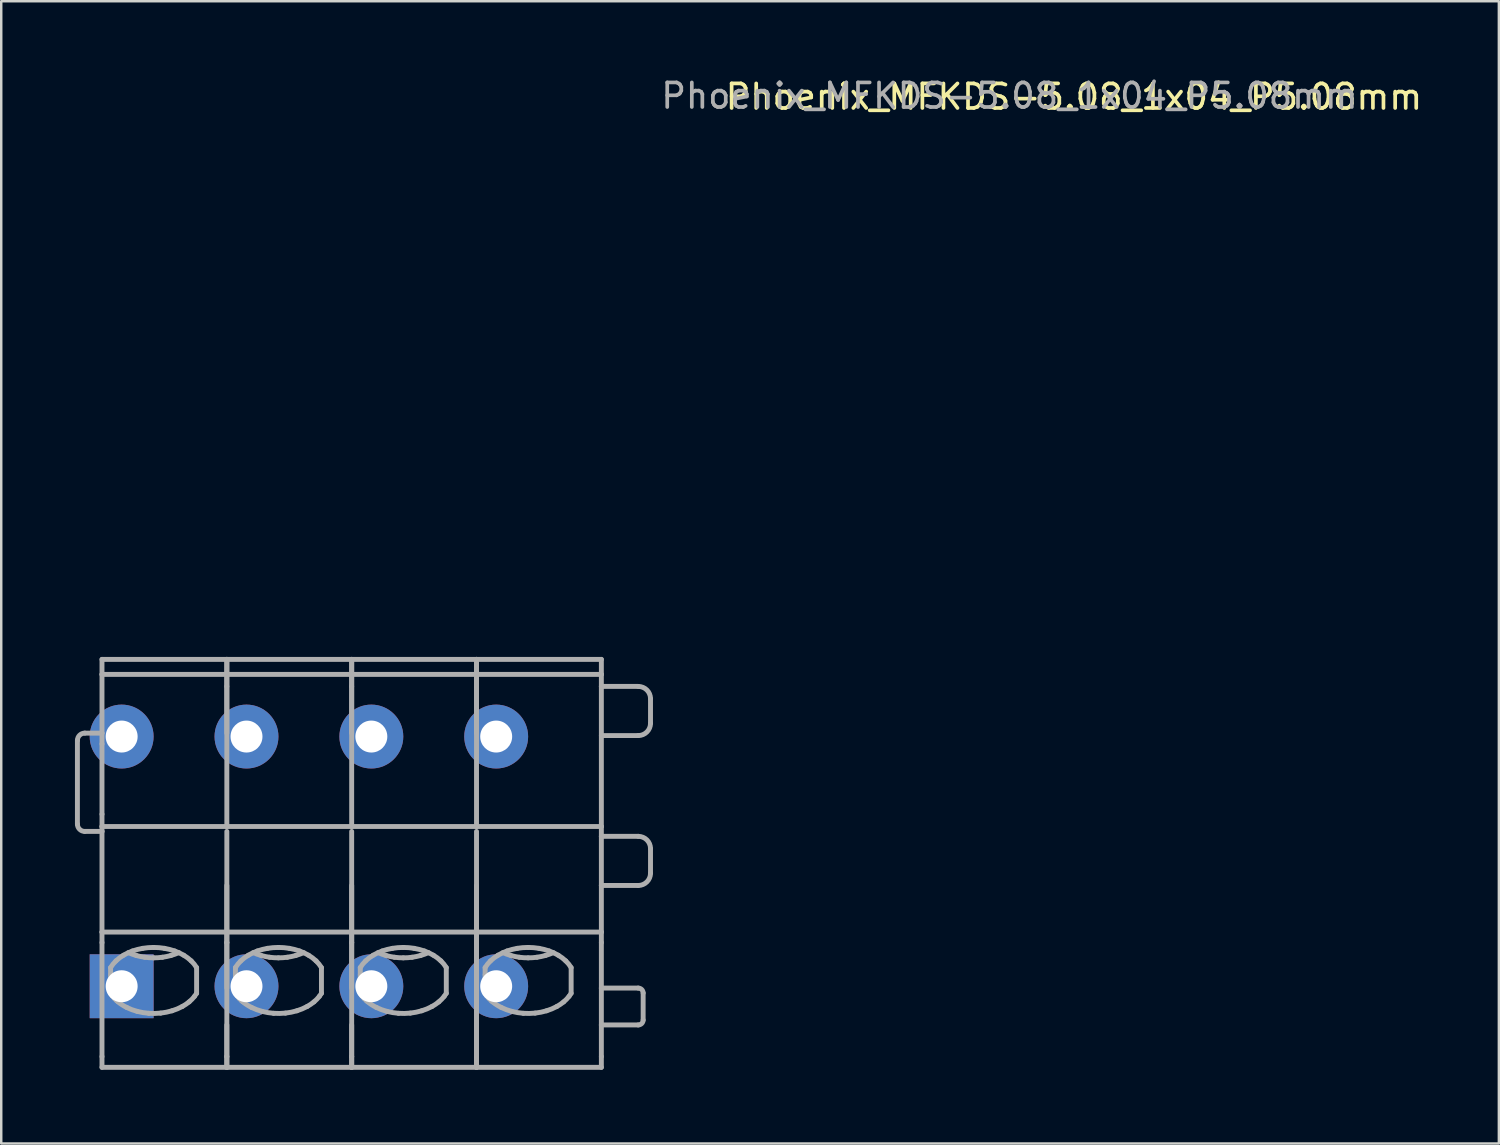
<source format=kicad_pcb>
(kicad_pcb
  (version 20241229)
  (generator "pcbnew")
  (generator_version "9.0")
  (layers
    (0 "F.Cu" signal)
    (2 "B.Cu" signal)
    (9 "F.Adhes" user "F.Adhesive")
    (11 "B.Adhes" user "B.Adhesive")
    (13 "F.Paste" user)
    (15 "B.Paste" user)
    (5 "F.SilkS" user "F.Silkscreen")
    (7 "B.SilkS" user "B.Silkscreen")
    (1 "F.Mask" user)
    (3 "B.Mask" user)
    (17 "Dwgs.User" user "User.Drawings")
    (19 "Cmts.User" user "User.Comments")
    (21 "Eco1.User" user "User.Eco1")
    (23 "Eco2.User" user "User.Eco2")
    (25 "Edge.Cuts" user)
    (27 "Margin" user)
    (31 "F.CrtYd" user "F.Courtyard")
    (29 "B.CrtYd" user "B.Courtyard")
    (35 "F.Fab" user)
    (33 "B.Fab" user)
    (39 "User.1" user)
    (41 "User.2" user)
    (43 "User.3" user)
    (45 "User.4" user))
  (footprint "Phoenix_MFKDS-5.08_1x04_P5.08mm"
    (layer "F.Cu")
    (at 1.9 26.921)
    (property "Reference" "Phoenix_MFKDS-5.08_1x04_P5.08mm" (at 38.749 -26.032 0) (layer "F.SilkS") (effects (font (size 1 1) (thickness 0.15))))
    (attr through_hole)
    (fp_line (start -1.8 0.16) (end -1.8 3.56) (stroke (width 0.2) (type solid)) (layer "F.Fab"))
    (fp_line (start -1.5 -0.14) (end -0.8 -0.14) (stroke (width 0.2) (type solid)) (layer "F.Fab"))
    (fp_line (start -1.5 3.86) (end -0.8 3.86) (stroke (width 0.2) (type solid)) (layer "F.Fab"))
    (fp_line (start -0.8 -3.14) (end 4.28 -3.14) (stroke (width 0.2) (type solid)) (layer "F.Fab"))
    (fp_line (start -0.8 -2.529) (end -0.8 -3.14) (stroke (width 0.2) (type solid)) (layer "F.Fab"))
    (fp_line (start -0.8 -2.529) (end -0.8 -0.14) (stroke (width 0.2) (type solid)) (layer "F.Fab"))
    (fp_line (start -0.8 -0.14) (end -0.8 0.301) (stroke (width 0.2) (type solid)) (layer "F.Fab"))
    (fp_line (start -0.8 3.16) (end -0.8 0.301) (stroke (width 0.2) (type solid)) (layer "F.Fab"))
    (fp_line (start -0.8 3.16) (end -0.8 3.66) (stroke (width 0.2) (type solid)) (layer "F.Fab"))
    (fp_line (start -0.8 3.66) (end 4.28 3.66) (stroke (width 0.2) (type solid)) (layer "F.Fab"))
    (fp_line (start -0.8 3.86) (end -0.8 3.66) (stroke (width 0.2) (type solid)) (layer "F.Fab"))
    (fp_line (start -0.8 7.956) (end -0.8 3.86) (stroke (width 0.2) (type solid)) (layer "F.Fab"))
    (fp_line (start -0.8 7.956) (end -0.8 8.383) (stroke (width 0.2) (type solid)) (layer "F.Fab"))
    (fp_line (start -0.8 7.956) (end 4.28 7.956) (stroke (width 0.2) (type solid)) (layer "F.Fab"))
    (fp_line (start -0.8 13.021) (end -0.8 8.383) (stroke (width 0.2) (type solid)) (layer "F.Fab"))
    (fp_line (start -0.8 13.021) (end -0.8 13.46) (stroke (width 0.2) (type solid)) (layer "F.Fab"))
    (fp_line (start -0.8 13.46) (end 4.28 13.46) (stroke (width 0.2) (type solid)) (layer "F.Fab"))
    (fp_line (start -0.45 9.401) (end -0.45 9.691) (stroke (width 0.2) (type solid)) (layer "F.Fab"))
    (fp_line (start -0.45 9.691) (end -0.45 10.448) (stroke (width 0.2) (type solid)) (layer "F.Fab"))
    (fp_line (start -0.202 10.747) (end -0.15 10.792) (stroke (width 0.2) (type solid)) (layer "F.Fab"))
    (fp_line (start 2.965 10.571) (end 3.05 10.448) (stroke (width 0.2) (type solid)) (layer "F.Fab"))
    (fp_line (start 3.05 10.448) (end 3.05 9.401) (stroke (width 0.2) (type solid)) (layer "F.Fab"))
    (fp_line (start 4.28 -3.14) (end 9.36 -3.14) (stroke (width 0.2) (type solid)) (layer "F.Fab"))
    (fp_line (start 4.28 -2.529) (end -0.8 -2.529) (stroke (width 0.2) (type solid)) (layer "F.Fab"))
    (fp_line (start 4.28 -2.529) (end 4.28 -3.14) (stroke (width 0.2) (type solid)) (layer "F.Fab"))
    (fp_line (start 4.28 -2.529) (end 4.28 -3.14) (stroke (width 0.2) (type solid)) (layer "F.Fab"))
    (fp_line (start 4.28 -2.529) (end 4.28 -2.04) (stroke (width 0.2) (type solid)) (layer "F.Fab"))
    (fp_line (start 4.28 -2.529) (end 4.28 -0.14) (stroke (width 0.2) (type solid)) (layer "F.Fab"))
    (fp_line (start 4.28 -2.04) (end 4.28 3.66) (stroke (width 0.2) (type solid)) (layer "F.Fab"))
    (fp_line (start 4.28 3.66) (end 9.36 3.66) (stroke (width 0.2) (type solid)) (layer "F.Fab"))
    (fp_line (start 4.28 7.956) (end 4.28 3.86) (stroke (width 0.2) (type solid)) (layer "F.Fab"))
    (fp_line (start 4.28 7.956) (end 4.28 6.06) (stroke (width 0.2) (type solid)) (layer "F.Fab"))
    (fp_line (start 4.28 7.956) (end 4.28 8.383) (stroke (width 0.2) (type solid)) (layer "F.Fab"))
    (fp_line (start 4.28 7.956) (end 4.28 8.383) (stroke (width 0.2) (type solid)) (layer "F.Fab"))
    (fp_line (start 4.28 7.956) (end 9.36 7.956) (stroke (width 0.2) (type solid)) (layer "F.Fab"))
    (fp_line (start 4.28 10.235) (end 4.28 8.383) (stroke (width 0.2) (type solid)) (layer "F.Fab"))
    (fp_line (start 4.28 11.735) (end 4.28 13.021) (stroke (width 0.2) (type solid)) (layer "F.Fab"))
    (fp_line (start 4.28 13.021) (end 4.28 8.383) (stroke (width 0.2) (type solid)) (layer "F.Fab"))
    (fp_line (start 4.28 13.021) (end 4.28 13.46) (stroke (width 0.2) (type solid)) (layer "F.Fab"))
    (fp_line (start 4.28 13.021) (end 4.28 13.46) (stroke (width 0.2) (type solid)) (layer "F.Fab"))
    (fp_line (start 4.28 13.46) (end 9.36 13.46) (stroke (width 0.2) (type solid)) (layer "F.Fab"))
    (fp_line (start 4.63 9.401) (end 4.63 9.691) (stroke (width 0.2) (type solid)) (layer "F.Fab"))
    (fp_line (start 4.63 9.691) (end 4.63 10.448) (stroke (width 0.2) (type solid)) (layer "F.Fab"))
    (fp_line (start 4.878 10.747) (end 4.93 10.792) (stroke (width 0.2) (type solid)) (layer "F.Fab"))
    (fp_line (start 8.045 10.571) (end 8.13 10.448) (stroke (width 0.2) (type solid)) (layer "F.Fab"))
    (fp_line (start 8.13 10.448) (end 8.13 9.401) (stroke (width 0.2) (type solid)) (layer "F.Fab"))
    (fp_line (start 9.36 -3.14) (end 14.44 -3.14) (stroke (width 0.2) (type solid)) (layer "F.Fab"))
    (fp_line (start 9.36 -2.529) (end 4.28 -2.529) (stroke (width 0.2) (type solid)) (layer "F.Fab"))
    (fp_line (start 9.36 -2.529) (end 9.36 -3.14) (stroke (width 0.2) (type solid)) (layer "F.Fab"))
    (fp_line (start 9.36 -2.529) (end 9.36 -3.14) (stroke (width 0.2) (type solid)) (layer "F.Fab"))
    (fp_line (start 9.36 -2.529) (end 9.36 -2.04) (stroke (width 0.2) (type solid)) (layer "F.Fab"))
    (fp_line (start 9.36 -2.529) (end 9.36 -0.14) (stroke (width 0.2) (type solid)) (layer "F.Fab"))
    (fp_line (start 9.36 -2.04) (end 9.36 3.66) (stroke (width 0.2) (type solid)) (layer "F.Fab"))
    (fp_line (start 9.36 3.66) (end 14.44 3.66) (stroke (width 0.2) (type solid)) (layer "F.Fab"))
    (fp_line (start 9.36 7.956) (end 9.36 3.86) (stroke (width 0.2) (type solid)) (layer "F.Fab"))
    (fp_line (start 9.36 7.956) (end 9.36 6.06) (stroke (width 0.2) (type solid)) (layer "F.Fab"))
    (fp_line (start 9.36 7.956) (end 9.36 8.383) (stroke (width 0.2) (type solid)) (layer "F.Fab"))
    (fp_line (start 9.36 7.956) (end 9.36 8.383) (stroke (width 0.2) (type solid)) (layer "F.Fab"))
    (fp_line (start 9.36 7.956) (end 14.44 7.956) (stroke (width 0.2) (type solid)) (layer "F.Fab"))
    (fp_line (start 9.36 10.235) (end 9.36 8.383) (stroke (width 0.2) (type solid)) (layer "F.Fab"))
    (fp_line (start 9.36 11.735) (end 9.36 13.021) (stroke (width 0.2) (type solid)) (layer "F.Fab"))
    (fp_line (start 9.36 13.021) (end 9.36 8.383) (stroke (width 0.2) (type solid)) (layer "F.Fab"))
    (fp_line (start 9.36 13.021) (end 9.36 13.46) (stroke (width 0.2) (type solid)) (layer "F.Fab"))
    (fp_line (start 9.36 13.021) (end 9.36 13.46) (stroke (width 0.2) (type solid)) (layer "F.Fab"))
    (fp_line (start 9.36 13.46) (end 14.44 13.46) (stroke (width 0.2) (type solid)) (layer "F.Fab"))
    (fp_line (start 9.71 9.401) (end 9.71 9.691) (stroke (width 0.2) (type solid)) (layer "F.Fab"))
    (fp_line (start 9.71 9.691) (end 9.71 10.448) (stroke (width 0.2) (type solid)) (layer "F.Fab"))
    (fp_line (start 9.958 10.747) (end 10.01 10.792) (stroke (width 0.2) (type solid)) (layer "F.Fab"))
    (fp_line (start 13.125 10.571) (end 13.21 10.448) (stroke (width 0.2) (type solid)) (layer "F.Fab"))
    (fp_line (start 13.21 10.448) (end 13.21 9.401) (stroke (width 0.2) (type solid)) (layer "F.Fab"))
    (fp_line (start 14.44 -3.14) (end 19.52 -3.14) (stroke (width 0.2) (type solid)) (layer "F.Fab"))
    (fp_line (start 14.44 -2.529) (end 9.36 -2.529) (stroke (width 0.2) (type solid)) (layer "F.Fab"))
    (fp_line (start 14.44 -2.529) (end 14.44 -3.14) (stroke (width 0.2) (type solid)) (layer "F.Fab"))
    (fp_line (start 14.44 -2.529) (end 14.44 -3.14) (stroke (width 0.2) (type solid)) (layer "F.Fab"))
    (fp_line (start 14.44 -2.529) (end 14.44 -2.04) (stroke (width 0.2) (type solid)) (layer "F.Fab"))
    (fp_line (start 14.44 -2.529) (end 14.44 -0.14) (stroke (width 0.2) (type solid)) (layer "F.Fab"))
    (fp_line (start 14.44 -2.04) (end 14.44 3.66) (stroke (width 0.2) (type solid)) (layer "F.Fab"))
    (fp_line (start 14.44 3.66) (end 19.52 3.66) (stroke (width 0.2) (type solid)) (layer "F.Fab"))
    (fp_line (start 14.44 7.956) (end 14.44 3.86) (stroke (width 0.2) (type solid)) (layer "F.Fab"))
    (fp_line (start 14.44 7.956) (end 14.44 6.06) (stroke (width 0.2) (type solid)) (layer "F.Fab"))
    (fp_line (start 14.44 7.956) (end 14.44 8.383) (stroke (width 0.2) (type solid)) (layer "F.Fab"))
    (fp_line (start 14.44 7.956) (end 14.44 8.383) (stroke (width 0.2) (type solid)) (layer "F.Fab"))
    (fp_line (start 14.44 7.956) (end 19.52 7.956) (stroke (width 0.2) (type solid)) (layer "F.Fab"))
    (fp_line (start 14.44 10.235) (end 14.44 8.383) (stroke (width 0.2) (type solid)) (layer "F.Fab"))
    (fp_line (start 14.44 11.735) (end 14.44 10.235) (stroke (width 0.2) (type solid)) (layer "F.Fab"))
    (fp_line (start 14.44 11.735) (end 14.44 13.021) (stroke (width 0.2) (type solid)) (layer "F.Fab"))
    (fp_line (start 14.44 13.021) (end 14.44 8.383) (stroke (width 0.2) (type solid)) (layer "F.Fab"))
    (fp_line (start 14.44 13.021) (end 14.44 13.46) (stroke (width 0.2) (type solid)) (layer "F.Fab"))
    (fp_line (start 14.44 13.021) (end 14.44 13.46) (stroke (width 0.2) (type solid)) (layer "F.Fab"))
    (fp_line (start 14.44 13.46) (end 19.52 13.46) (stroke (width 0.2) (type solid)) (layer "F.Fab"))
    (fp_line (start 14.79 9.401) (end 14.79 9.691) (stroke (width 0.2) (type solid)) (layer "F.Fab"))
    (fp_line (start 14.79 9.691) (end 14.79 10.448) (stroke (width 0.2) (type solid)) (layer "F.Fab"))
    (fp_line (start 15.038 10.747) (end 15.09 10.792) (stroke (width 0.2) (type solid)) (layer "F.Fab"))
    (fp_line (start 18.205 10.571) (end 18.29 10.448) (stroke (width 0.2) (type solid)) (layer "F.Fab"))
    (fp_line (start 18.29 10.448) (end 18.29 9.401) (stroke (width 0.2) (type solid)) (layer "F.Fab"))
    (fp_line (start 19.52 -2.529) (end 14.44 -2.529) (stroke (width 0.2) (type solid)) (layer "F.Fab"))
    (fp_line (start 19.52 -2.529) (end 19.52 -3.14) (stroke (width 0.2) (type solid)) (layer "F.Fab"))
    (fp_line (start 19.52 -2.529) (end 19.52 -2.04) (stroke (width 0.2) (type solid)) (layer "F.Fab"))
    (fp_line (start 19.52 -2.04) (end 19.52 3.66) (stroke (width 0.2) (type solid)) (layer "F.Fab"))
    (fp_line (start 19.52 -2.04) (end 21.02 -2.04) (stroke (width 0.2) (type solid)) (layer "F.Fab"))
    (fp_line (start 19.52 -0.04) (end 21.02 -0.04) (stroke (width 0.2) (type solid)) (layer "F.Fab"))
    (fp_line (start 19.52 4.06) (end 19.52 3.66) (stroke (width 0.2) (type solid)) (layer "F.Fab"))
    (fp_line (start 19.52 4.06) (end 21.02 4.06) (stroke (width 0.2) (type solid)) (layer "F.Fab"))
    (fp_line (start 19.52 6.06) (end 19.52 4.06) (stroke (width 0.2) (type solid)) (layer "F.Fab"))
    (fp_line (start 19.52 6.06) (end 21.02 6.06) (stroke (width 0.2) (type solid)) (layer "F.Fab"))
    (fp_line (start 19.52 7.956) (end 19.52 6.06) (stroke (width 0.2) (type solid)) (layer "F.Fab"))
    (fp_line (start 19.52 7.956) (end 19.52 8.383) (stroke (width 0.2) (type solid)) (layer "F.Fab"))
    (fp_line (start 19.52 10.235) (end 19.52 8.383) (stroke (width 0.2) (type solid)) (layer "F.Fab"))
    (fp_line (start 19.52 10.235) (end 21.02 10.235) (stroke (width 0.2) (type solid)) (layer "F.Fab"))
    (fp_line (start 19.52 11.735) (end 19.52 10.235) (stroke (width 0.2) (type solid)) (layer "F.Fab"))
    (fp_line (start 19.52 11.735) (end 19.52 13.021) (stroke (width 0.2) (type solid)) (layer "F.Fab"))
    (fp_line (start 19.52 11.735) (end 21.02 11.735) (stroke (width 0.2) (type solid)) (layer "F.Fab"))
    (fp_line (start 19.52 13.021) (end 19.52 13.46) (stroke (width 0.2) (type solid)) (layer "F.Fab"))
    (fp_line (start 21.22 10.435) (end 21.22 11.535) (stroke (width 0.2) (type solid)) (layer "F.Fab"))
    (fp_line (start 21.52 -1.54) (end 21.52 -0.54) (stroke (width 0.2) (type solid)) (layer "F.Fab"))
    (fp_line (start 21.52 4.56) (end 21.52 5.56) (stroke (width 0.2) (type solid)) (layer "F.Fab"))
    (fp_arc (start -1.8 0.16) (mid -1.712132 -0.052132) (end -1.5 -0.14) (stroke (width 0.2) (type solid)) (layer "F.Fab"))
    (fp_arc (start -1.5 3.86) (mid -1.712132 3.772132) (end -1.8 3.56) (stroke (width 0.2) (type solid)) (layer "F.Fab"))
    (fp_arc (start -0.45 9.401255) (mid -0.349171 9.257689) (end -0.230564 9.128422) (stroke (width 0.2) (type solid)) (layer "F.Fab"))
    (fp_arc (start -0.379598 10.552539) (mid -0.416161 10.501022) (end -0.45 10.447677) (stroke (width 0.2) (type solid)) (layer "F.Fab"))
    (fp_arc (start -0.296781 10.652577) (mid -0.339414 10.603572) (end -0.379598 10.552539) (stroke (width 0.2) (type solid)) (layer "F.Fab"))
    (fp_arc (start -0.230564 9.128422) (mid -0.085409 9.005366) (end 0.072408 8.899035) (stroke (width 0.2) (type solid)) (layer "F.Fab"))
    (fp_arc (start -0.202031 10.747237) (mid -0.250498 10.701) (end -0.296781 10.652577) (stroke (width 0.2) (type solid)) (layer "F.Fab"))
    (fp_arc (start 0.072408 8.899035) (mid 0.253221 8.803422) (end 0.44238 8.725615) (stroke (width 0.2) (type solid)) (layer "F.Fab"))
    (fp_arc (start 0.206027 11.022925) (mid 0.021004 10.918229) (end -0.150332 10.792377) (stroke (width 0.2) (type solid)) (layer "F.Fab"))
    (fp_arc (start 0.44238 8.725615) (mid 0.648423 8.662562) (end 0.85916 8.617626) (stroke (width 0.2) (type solid)) (layer "F.Fab"))
    (fp_arc (start 0.596743 8.909129) (mid 0.4342 8.857004) (end 0.276056 8.792755) (stroke (width 0.2) (type solid)) (layer "F.Fab"))
    (fp_arc (start 0.633083 11.182484) (mid 0.415454 11.11368) (end 0.206027 11.022924) (stroke (width 0.2) (type solid)) (layer "F.Fab"))
    (fp_arc (start 0.85916 8.617626) (mid 1.078818 8.590126) (end 1.3 8.580963) (stroke (width 0.2) (type solid)) (layer "F.Fab"))
    (fp_arc (start 0.941172 8.980371) (mid 0.76771 8.950783) (end 0.596743 8.909129) (stroke (width 0.2) (type solid)) (layer "F.Fab"))
    (fp_arc (start 1.103239 11.260745) (mid 0.866341 11.232547) (end 0.633083 11.182485) (stroke (width 0.2) (type solid)) (layer "F.Fab"))
    (fp_arc (start 1.3 8.580963) (mid 1.521185 8.590095) (end 1.74084 8.617626) (stroke (width 0.2) (type solid)) (layer "F.Fab"))
    (fp_arc (start 1.3 9.004547) (mid 1.120177 8.998539) (end 0.941173 8.98037) (stroke (width 0.2) (type solid)) (layer "F.Fab"))
    (fp_arc (start 1.58611 11.252649) (mid 1.344857 11.26759) (end 1.103239 11.260745) (stroke (width 0.2) (type solid)) (layer "F.Fab"))
    (fp_arc (start 1.658827 8.98037) (mid 1.479819 8.998484) (end 1.3 9.004547) (stroke (width 0.2) (type solid)) (layer "F.Fab"))
    (fp_arc (start 1.74084 8.617626) (mid 1.951633 8.662347) (end 2.15762 8.725615) (stroke (width 0.2) (type solid)) (layer "F.Fab"))
    (fp_arc (start 2.003256 8.909128) (mid 1.832273 8.950702) (end 1.658827 8.98037) (stroke (width 0.2) (type solid)) (layer "F.Fab"))
    (fp_arc (start 2.050491 11.158719) (mid 1.820476 11.216438) (end 1.58611 11.252649) (stroke (width 0.2) (type solid)) (layer "F.Fab"))
    (fp_arc (start 2.15762 8.725615) (mid 2.346899 8.803166) (end 2.527592 8.899035) (stroke (width 0.2) (type solid)) (layer "F.Fab"))
    (fp_arc (start 2.323944 8.792755) (mid 2.165763 8.856901) (end 2.003257 8.909129) (stroke (width 0.2) (type solid)) (layer "F.Fab"))
    (fp_arc (start 2.466373 10.985026) (mid 2.262861 11.082477) (end 2.050492 11.158719) (stroke (width 0.2) (type solid)) (layer "F.Fab"))
    (fp_arc (start 2.527592 8.899035) (mid 2.685688 9.004998) (end 2.830564 9.128422) (stroke (width 0.2) (type solid)) (layer "F.Fab"))
    (fp_arc (start 2.746106 10.795895) (mid 2.610635 10.896961) (end 2.466373 10.985026) (stroke (width 0.2) (type solid)) (layer "F.Fab"))
    (fp_arc (start 2.830564 9.128422) (mid 2.949504 9.257421) (end 3.05 9.401255) (stroke (width 0.2) (type solid)) (layer "F.Fab"))
    (fp_arc (start 2.965357 10.571222) (mid 2.86173 10.689412) (end 2.746107 10.795894) (stroke (width 0.2) (type solid)) (layer "F.Fab"))
    (fp_arc (start 4.63 9.401255) (mid 4.730829 9.257689) (end 4.849436 9.128422) (stroke (width 0.2) (type solid)) (layer "F.Fab"))
    (fp_arc (start 4.700402 10.552539) (mid 4.663839 10.501022) (end 4.63 10.447677) (stroke (width 0.2) (type solid)) (layer "F.Fab"))
    (fp_arc (start 4.783219 10.652577) (mid 4.740586 10.603572) (end 4.700402 10.552539) (stroke (width 0.2) (type solid)) (layer "F.Fab"))
    (fp_arc (start 4.849436 9.128422) (mid 4.994591 9.005366) (end 5.152408 8.899035) (stroke (width 0.2) (type solid)) (layer "F.Fab"))
    (fp_arc (start 4.877969 10.747237) (mid 4.829502 10.701) (end 4.783219 10.652577) (stroke (width 0.2) (type solid)) (layer "F.Fab"))
    (fp_arc (start 5.152408 8.899035) (mid 5.333221 8.803422) (end 5.52238 8.725615) (stroke (width 0.2) (type solid)) (layer "F.Fab"))
    (fp_arc (start 5.286027 11.022925) (mid 5.101004 10.918229) (end 4.929668 10.792377) (stroke (width 0.2) (type solid)) (layer "F.Fab"))
    (fp_arc (start 5.52238 8.725615) (mid 5.728423 8.662562) (end 5.93916 8.617626) (stroke (width 0.2) (type solid)) (layer "F.Fab"))
    (fp_arc (start 5.676743 8.909129) (mid 5.5142 8.857004) (end 5.356056 8.792755) (stroke (width 0.2) (type solid)) (layer "F.Fab"))
    (fp_arc (start 5.713083 11.182484) (mid 5.495454 11.11368) (end 5.286027 11.022924) (stroke (width 0.2) (type solid)) (layer "F.Fab"))
    (fp_arc (start 5.93916 8.617626) (mid 6.158818 8.590126) (end 6.38 8.580963) (stroke (width 0.2) (type solid)) (layer "F.Fab"))
    (fp_arc (start 6.021172 8.980371) (mid 5.84771 8.950783) (end 5.676743 8.909129) (stroke (width 0.2) (type solid)) (layer "F.Fab"))
    (fp_arc (start 6.183239 11.260745) (mid 5.946341 11.232547) (end 5.713083 11.182485) (stroke (width 0.2) (type solid)) (layer "F.Fab"))
    (fp_arc (start 6.38 8.580963) (mid 6.601185 8.590095) (end 6.82084 8.617626) (stroke (width 0.2) (type solid)) (layer "F.Fab"))
    (fp_arc (start 6.38 9.004547) (mid 6.200177 8.998539) (end 6.021173 8.98037) (stroke (width 0.2) (type solid)) (layer "F.Fab"))
    (fp_arc (start 6.66611 11.252649) (mid 6.424857 11.26759) (end 6.183239 11.260745) (stroke (width 0.2) (type solid)) (layer "F.Fab"))
    (fp_arc (start 6.738827 8.98037) (mid 6.559819 8.998484) (end 6.38 9.004547) (stroke (width 0.2) (type solid)) (layer "F.Fab"))
    (fp_arc (start 6.82084 8.617626) (mid 7.031633 8.662347) (end 7.23762 8.725615) (stroke (width 0.2) (type solid)) (layer "F.Fab"))
    (fp_arc (start 7.083256 8.909128) (mid 6.912273 8.950702) (end 6.738827 8.98037) (stroke (width 0.2) (type solid)) (layer "F.Fab"))
    (fp_arc (start 7.130491 11.158719) (mid 6.900476 11.216438) (end 6.66611 11.252649) (stroke (width 0.2) (type solid)) (layer "F.Fab"))
    (fp_arc (start 7.23762 8.725615) (mid 7.426899 8.803166) (end 7.607592 8.899035) (stroke (width 0.2) (type solid)) (layer "F.Fab"))
    (fp_arc (start 7.403944 8.792755) (mid 7.245763 8.856901) (end 7.083257 8.909129) (stroke (width 0.2) (type solid)) (layer "F.Fab"))
    (fp_arc (start 7.546373 10.985026) (mid 7.342861 11.082477) (end 7.130492 11.158719) (stroke (width 0.2) (type solid)) (layer "F.Fab"))
    (fp_arc (start 7.607592 8.899035) (mid 7.765688 9.004998) (end 7.910564 9.128422) (stroke (width 0.2) (type solid)) (layer "F.Fab"))
    (fp_arc (start 7.826106 10.795895) (mid 7.690635 10.896961) (end 7.546373 10.985026) (stroke (width 0.2) (type solid)) (layer "F.Fab"))
    (fp_arc (start 7.910564 9.128422) (mid 8.029504 9.257421) (end 8.13 9.401255) (stroke (width 0.2) (type solid)) (layer "F.Fab"))
    (fp_arc (start 8.045357 10.571222) (mid 7.94173 10.689412) (end 7.826107 10.795894) (stroke (width 0.2) (type solid)) (layer "F.Fab"))
    (fp_arc (start 9.71 9.401255) (mid 9.810829 9.257689) (end 9.929436 9.128422) (stroke (width 0.2) (type solid)) (layer "F.Fab"))
    (fp_arc (start 9.780402 10.552539) (mid 9.743839 10.501022) (end 9.71 10.447677) (stroke (width 0.2) (type solid)) (layer "F.Fab"))
    (fp_arc (start 9.863219 10.652577) (mid 9.820586 10.603572) (end 9.780402 10.552539) (stroke (width 0.2) (type solid)) (layer "F.Fab"))
    (fp_arc (start 9.929436 9.128422) (mid 10.074591 9.005366) (end 10.232408 8.899035) (stroke (width 0.2) (type solid)) (layer "F.Fab"))
    (fp_arc (start 9.957969 10.747237) (mid 9.909502 10.701) (end 9.863219 10.652577) (stroke (width 0.2) (type solid)) (layer "F.Fab"))
    (fp_arc (start 10.232408 8.899035) (mid 10.413221 8.803422) (end 10.60238 8.725615) (stroke (width 0.2) (type solid)) (layer "F.Fab"))
    (fp_arc (start 10.366027 11.022925) (mid 10.181004 10.918229) (end 10.009668 10.792377) (stroke (width 0.2) (type solid)) (layer "F.Fab"))
    (fp_arc (start 10.60238 8.725615) (mid 10.808423 8.662562) (end 11.01916 8.617626) (stroke (width 0.2) (type solid)) (layer "F.Fab"))
    (fp_arc (start 10.756743 8.909129) (mid 10.5942 8.857004) (end 10.436056 8.792755) (stroke (width 0.2) (type solid)) (layer "F.Fab"))
    (fp_arc (start 10.793083 11.182484) (mid 10.575454 11.11368) (end 10.366027 11.022924) (stroke (width 0.2) (type solid)) (layer "F.Fab"))
    (fp_arc (start 11.01916 8.617626) (mid 11.238818 8.590126) (end 11.46 8.580963) (stroke (width 0.2) (type solid)) (layer "F.Fab"))
    (fp_arc (start 11.101172 8.980371) (mid 10.92771 8.950783) (end 10.756743 8.909129) (stroke (width 0.2) (type solid)) (layer "F.Fab"))
    (fp_arc (start 11.263239 11.260745) (mid 11.026341 11.232547) (end 10.793083 11.182485) (stroke (width 0.2) (type solid)) (layer "F.Fab"))
    (fp_arc (start 11.46 8.580963) (mid 11.681185 8.590095) (end 11.90084 8.617626) (stroke (width 0.2) (type solid)) (layer "F.Fab"))
    (fp_arc (start 11.46 9.004547) (mid 11.280177 8.998539) (end 11.101173 8.98037) (stroke (width 0.2) (type solid)) (layer "F.Fab"))
    (fp_arc (start 11.74611 11.252649) (mid 11.504857 11.26759) (end 11.263239 11.260745) (stroke (width 0.2) (type solid)) (layer "F.Fab"))
    (fp_arc (start 11.818827 8.98037) (mid 11.639819 8.998484) (end 11.46 9.004547) (stroke (width 0.2) (type solid)) (layer "F.Fab"))
    (fp_arc (start 11.90084 8.617626) (mid 12.111633 8.662347) (end 12.31762 8.725615) (stroke (width 0.2) (type solid)) (layer "F.Fab"))
    (fp_arc (start 12.163256 8.909128) (mid 11.992273 8.950702) (end 11.818827 8.98037) (stroke (width 0.2) (type solid)) (layer "F.Fab"))
    (fp_arc (start 12.210491 11.158719) (mid 11.980476 11.216438) (end 11.74611 11.252649) (stroke (width 0.2) (type solid)) (layer "F.Fab"))
    (fp_arc (start 12.31762 8.725615) (mid 12.506899 8.803166) (end 12.687592 8.899035) (stroke (width 0.2) (type solid)) (layer "F.Fab"))
    (fp_arc (start 12.483944 8.792755) (mid 12.325763 8.856901) (end 12.163257 8.909129) (stroke (width 0.2) (type solid)) (layer "F.Fab"))
    (fp_arc (start 12.626373 10.985026) (mid 12.422861 11.082477) (end 12.210492 11.158719) (stroke (width 0.2) (type solid)) (layer "F.Fab"))
    (fp_arc (start 12.687592 8.899035) (mid 12.845688 9.004998) (end 12.990564 9.128422) (stroke (width 0.2) (type solid)) (layer "F.Fab"))
    (fp_arc (start 12.906106 10.795895) (mid 12.770635 10.896961) (end 12.626373 10.985026) (stroke (width 0.2) (type solid)) (layer "F.Fab"))
    (fp_arc (start 12.990564 9.128422) (mid 13.109504 9.257421) (end 13.21 9.401255) (stroke (width 0.2) (type solid)) (layer "F.Fab"))
    (fp_arc (start 13.125357 10.571222) (mid 13.02173 10.689412) (end 12.906107 10.795894) (stroke (width 0.2) (type solid)) (layer "F.Fab"))
    (fp_arc (start 14.79 9.401255) (mid 14.890829 9.257689) (end 15.009436 9.128422) (stroke (width 0.2) (type solid)) (layer "F.Fab"))
    (fp_arc (start 14.860402 10.552539) (mid 14.823839 10.501022) (end 14.79 10.447677) (stroke (width 0.2) (type solid)) (layer "F.Fab"))
    (fp_arc (start 14.943219 10.652577) (mid 14.900586 10.603572) (end 14.860402 10.552539) (stroke (width 0.2) (type solid)) (layer "F.Fab"))
    (fp_arc (start 15.009436 9.128422) (mid 15.154591 9.005366) (end 15.312408 8.899035) (stroke (width 0.2) (type solid)) (layer "F.Fab"))
    (fp_arc (start 15.037969 10.747237) (mid 14.989502 10.701) (end 14.943219 10.652577) (stroke (width 0.2) (type solid)) (layer "F.Fab"))
    (fp_arc (start 15.312408 8.899035) (mid 15.493221 8.803422) (end 15.68238 8.725615) (stroke (width 0.2) (type solid)) (layer "F.Fab"))
    (fp_arc (start 15.446027 11.022925) (mid 15.261004 10.918229) (end 15.089668 10.792377) (stroke (width 0.2) (type solid)) (layer "F.Fab"))
    (fp_arc (start 15.68238 8.725615) (mid 15.888423 8.662562) (end 16.09916 8.617626) (stroke (width 0.2) (type solid)) (layer "F.Fab"))
    (fp_arc (start 15.836743 8.909129) (mid 15.6742 8.857004) (end 15.516056 8.792755) (stroke (width 0.2) (type solid)) (layer "F.Fab"))
    (fp_arc (start 15.873083 11.182484) (mid 15.655454 11.11368) (end 15.446027 11.022924) (stroke (width 0.2) (type solid)) (layer "F.Fab"))
    (fp_arc (start 16.09916 8.617626) (mid 16.318818 8.590126) (end 16.54 8.580963) (stroke (width 0.2) (type solid)) (layer "F.Fab"))
    (fp_arc (start 16.181172 8.980371) (mid 16.00771 8.950783) (end 15.836743 8.909129) (stroke (width 0.2) (type solid)) (layer "F.Fab"))
    (fp_arc (start 16.343239 11.260745) (mid 16.106341 11.232547) (end 15.873083 11.182485) (stroke (width 0.2) (type solid)) (layer "F.Fab"))
    (fp_arc (start 16.54 8.580963) (mid 16.761185 8.590095) (end 16.98084 8.617626) (stroke (width 0.2) (type solid)) (layer "F.Fab"))
    (fp_arc (start 16.54 9.004547) (mid 16.360177 8.998539) (end 16.181173 8.98037) (stroke (width 0.2) (type solid)) (layer "F.Fab"))
    (fp_arc (start 16.82611 11.252649) (mid 16.584857 11.26759) (end 16.343239 11.260745) (stroke (width 0.2) (type solid)) (layer "F.Fab"))
    (fp_arc (start 16.898827 8.98037) (mid 16.719819 8.998484) (end 16.54 9.004547) (stroke (width 0.2) (type solid)) (layer "F.Fab"))
    (fp_arc (start 16.98084 8.617626) (mid 17.191633 8.662347) (end 17.39762 8.725615) (stroke (width 0.2) (type solid)) (layer "F.Fab"))
    (fp_arc (start 17.243256 8.909128) (mid 17.072273 8.950702) (end 16.898827 8.98037) (stroke (width 0.2) (type solid)) (layer "F.Fab"))
    (fp_arc (start 17.290491 11.158719) (mid 17.060476 11.216438) (end 16.82611 11.252649) (stroke (width 0.2) (type solid)) (layer "F.Fab"))
    (fp_arc (start 17.39762 8.725615) (mid 17.586899 8.803166) (end 17.767592 8.899035) (stroke (width 0.2) (type solid)) (layer "F.Fab"))
    (fp_arc (start 17.563944 8.792755) (mid 17.405763 8.856901) (end 17.243257 8.909129) (stroke (width 0.2) (type solid)) (layer "F.Fab"))
    (fp_arc (start 17.706373 10.985026) (mid 17.502861 11.082477) (end 17.290492 11.158719) (stroke (width 0.2) (type solid)) (layer "F.Fab"))
    (fp_arc (start 17.767592 8.899035) (mid 17.925688 9.004998) (end 18.070564 9.128422) (stroke (width 0.2) (type solid)) (layer "F.Fab"))
    (fp_arc (start 17.986106 10.795895) (mid 17.850635 10.896961) (end 17.706373 10.985026) (stroke (width 0.2) (type solid)) (layer "F.Fab"))
    (fp_arc (start 18.070564 9.128422) (mid 18.189504 9.257421) (end 18.29 9.401255) (stroke (width 0.2) (type solid)) (layer "F.Fab"))
    (fp_arc (start 18.205357 10.571222) (mid 18.10173 10.689412) (end 17.986107 10.795894) (stroke (width 0.2) (type solid)) (layer "F.Fab"))
    (fp_arc (start 21.02 -2.04) (mid 21.373553 -1.893553) (end 21.52 -1.54) (stroke (width 0.2) (type solid)) (layer "F.Fab"))
    (fp_arc (start 21.02 4.06) (mid 21.373553 4.206447) (end 21.52 4.56) (stroke (width 0.2) (type solid)) (layer "F.Fab"))
    (fp_arc (start 21.02 10.235126) (mid 21.161421 10.293705) (end 21.22 10.435126) (stroke (width 0.2) (type solid)) (layer "F.Fab"))
    (fp_arc (start 21.22 11.535126) (mid 21.161421 11.676547) (end 21.02 11.735126) (stroke (width 0.2) (type solid)) (layer "F.Fab"))
    (fp_arc (start 21.52 -0.54) (mid 21.373553 -0.186447) (end 21.02 -0.04) (stroke (width 0.2) (type solid)) (layer "F.Fab"))
    (fp_arc (start 21.52 5.56) (mid 21.373553 5.913553) (end 21.02 6.06) (stroke (width 0.2) (type solid)) (layer "F.Fab"))
    (fp_text user "${REFERENCE}" (at 36.129 -26.072 0) (layer "F.Fab") (effects (font (size 1 1) (thickness 0.15))))
    (pad "1" thru_hole circle (at 0 0) (size 2.6 2.6) (drill 1.3) (layers "*.Cu" "*.Mask"))
    (pad "1" thru_hole rect (at 0 10.16) (size 2.6 2.6) (drill 1.3) (layers "*.Cu" "*.Mask"))
    (pad "2" thru_hole circle (at 5.08 0) (size 2.6 2.6) (drill 1.3) (layers "*.Cu" "*.Mask"))
    (pad "2" thru_hole circle (at 5.08 10.16) (size 2.6 2.6) (drill 1.3) (layers "*.Cu" "*.Mask"))
    (pad "3" thru_hole circle (at 10.16 0) (size 2.6 2.6) (drill 1.3) (layers "*.Cu" "*.Mask"))
    (pad "3" thru_hole circle (at 10.16 10.16) (size 2.6 2.6) (drill 1.3) (layers "*.Cu" "*.Mask"))
    (pad "4" thru_hole circle (at 15.24 0) (size 2.6 2.6) (drill 1.3) (layers "*.Cu" "*.Mask"))
    (pad "4" thru_hole circle (at 15.24 10.16) (size 2.6 2.6) (drill 1.3) (layers "*.Cu" "*.Mask")))
  (gr_rect
    (start -3 -3)
    (end 57.94 43.481)
    (stroke (width 0.1) (type default))
    (fill no)
    (layer "Edge.Cuts")))
</source>
